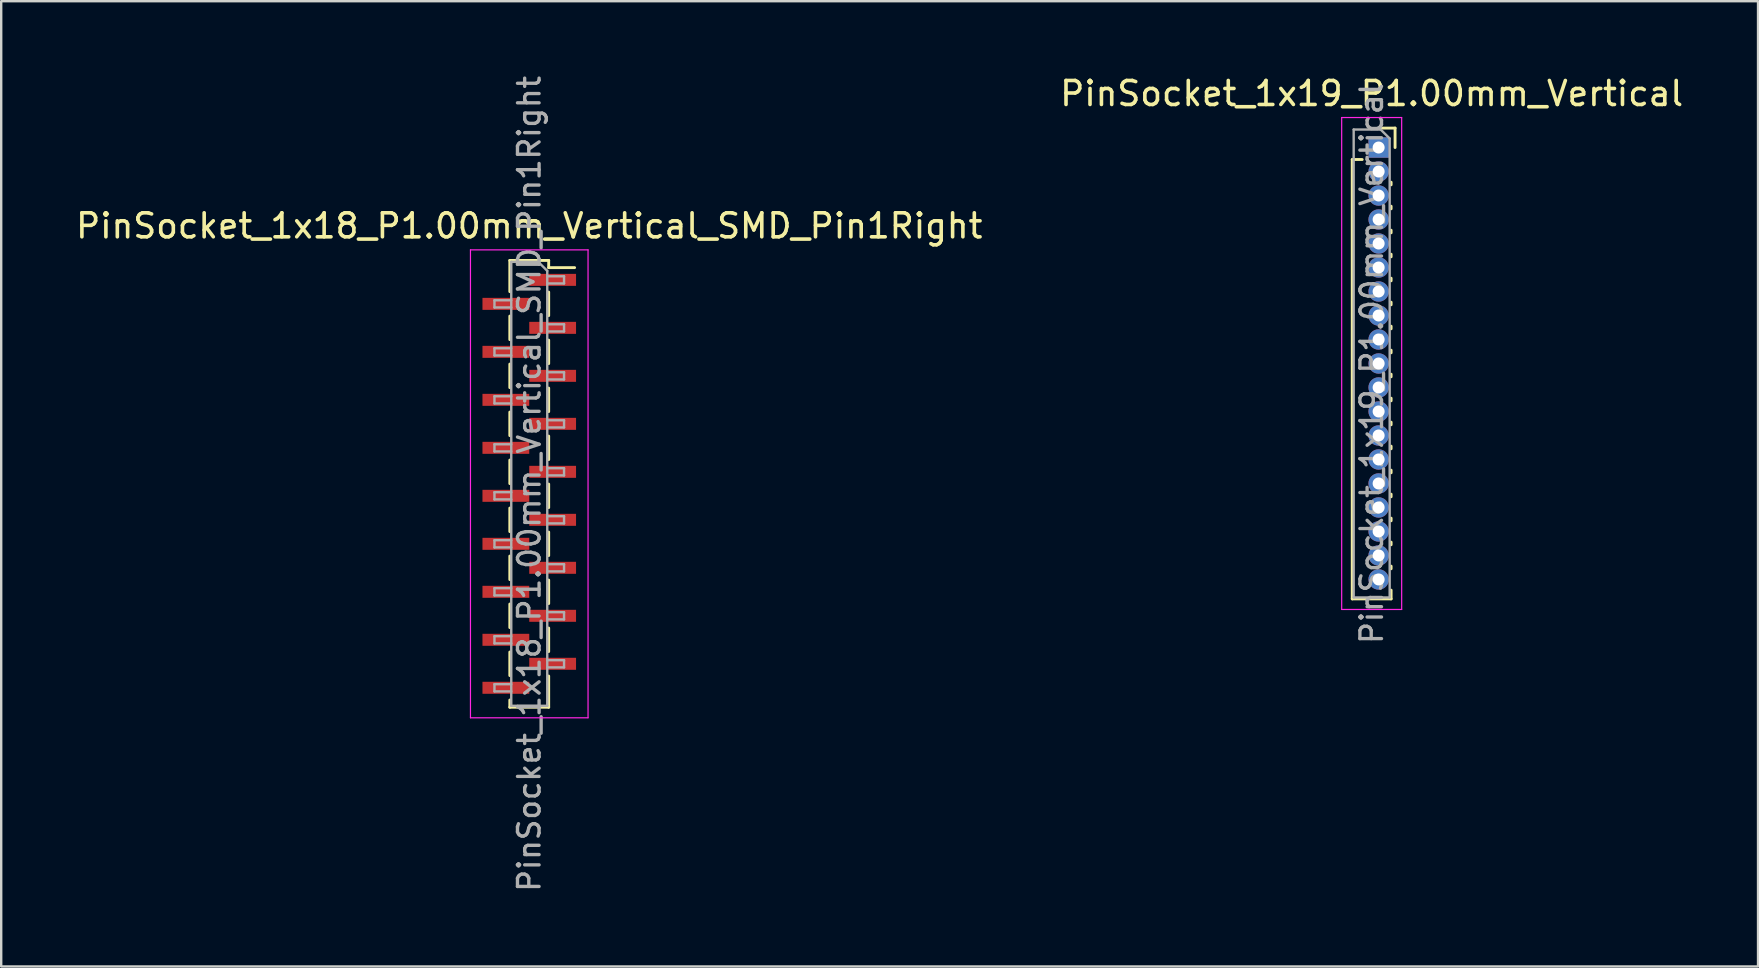
<source format=kicad_pcb>
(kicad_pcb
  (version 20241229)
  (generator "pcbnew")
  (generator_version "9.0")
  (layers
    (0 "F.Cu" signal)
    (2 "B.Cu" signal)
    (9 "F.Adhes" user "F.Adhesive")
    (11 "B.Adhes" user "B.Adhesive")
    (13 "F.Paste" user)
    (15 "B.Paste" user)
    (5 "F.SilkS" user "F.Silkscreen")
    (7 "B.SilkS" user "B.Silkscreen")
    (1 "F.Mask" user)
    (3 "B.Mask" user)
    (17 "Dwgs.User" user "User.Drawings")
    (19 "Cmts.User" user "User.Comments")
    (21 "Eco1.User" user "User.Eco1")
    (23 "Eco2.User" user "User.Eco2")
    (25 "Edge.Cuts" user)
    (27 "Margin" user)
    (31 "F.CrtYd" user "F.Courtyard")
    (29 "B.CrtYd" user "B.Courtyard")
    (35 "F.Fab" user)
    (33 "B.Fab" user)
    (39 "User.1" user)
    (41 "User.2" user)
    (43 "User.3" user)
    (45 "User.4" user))
  (footprint "PinSocket_1x19_P1.00mm_Vertical"
    (layer "F.Cu")
    (at 54.403 3.098)
    (property "Reference" "PinSocket_1x19_P1.00mm_Vertical" (at -0.29 -2.25 0) (layer "F.SilkS") (effects (font (size 1 1) (thickness 0.15))))
    (attr through_hole)
    (fp_line (start -1.1 0.5) (end -1.1 18.81) (stroke (width 0.12) (type solid)) (layer "F.SilkS"))
    (fp_line (start -1.1 0.5) (end -0.685 0.5) (stroke (width 0.12) (type solid)) (layer "F.SilkS"))
    (fp_line (start -1.1 18.81) (end 0.52 18.81) (stroke (width 0.12) (type solid)) (layer "F.SilkS"))
    (fp_line (start 0 -0.81) (end 0.685 -0.81) (stroke (width 0.12) (type solid)) (layer "F.SilkS"))
    (fp_line (start 0.52 1.446) (end 0.52 1.554) (stroke (width 0.12) (type solid)) (layer "F.SilkS"))
    (fp_line (start 0.52 2.446) (end 0.52 2.554) (stroke (width 0.12) (type solid)) (layer "F.SilkS"))
    (fp_line (start 0.52 3.446) (end 0.52 3.554) (stroke (width 0.12) (type solid)) (layer "F.SilkS"))
    (fp_line (start 0.52 4.446) (end 0.52 4.554) (stroke (width 0.12) (type solid)) (layer "F.SilkS"))
    (fp_line (start 0.52 5.446) (end 0.52 5.554) (stroke (width 0.12) (type solid)) (layer "F.SilkS"))
    (fp_line (start 0.52 6.446) (end 0.52 6.554) (stroke (width 0.12) (type solid)) (layer "F.SilkS"))
    (fp_line (start 0.52 7.446) (end 0.52 7.554) (stroke (width 0.12) (type solid)) (layer "F.SilkS"))
    (fp_line (start 0.52 8.446) (end 0.52 8.554) (stroke (width 0.12) (type solid)) (layer "F.SilkS"))
    (fp_line (start 0.52 9.446) (end 0.52 9.554) (stroke (width 0.12) (type solid)) (layer "F.SilkS"))
    (fp_line (start 0.52 10.446) (end 0.52 10.554) (stroke (width 0.12) (type solid)) (layer "F.SilkS"))
    (fp_line (start 0.52 11.446) (end 0.52 11.554) (stroke (width 0.12) (type solid)) (layer "F.SilkS"))
    (fp_line (start 0.52 12.446) (end 0.52 12.554) (stroke (width 0.12) (type solid)) (layer "F.SilkS"))
    (fp_line (start 0.52 13.446) (end 0.52 13.554) (stroke (width 0.12) (type solid)) (layer "F.SilkS"))
    (fp_line (start 0.52 14.446) (end 0.52 14.554) (stroke (width 0.12) (type solid)) (layer "F.SilkS"))
    (fp_line (start 0.52 15.446) (end 0.52 15.554) (stroke (width 0.12) (type solid)) (layer "F.SilkS"))
    (fp_line (start 0.52 16.446) (end 0.52 16.554) (stroke (width 0.12) (type solid)) (layer "F.SilkS"))
    (fp_line (start 0.52 17.446) (end 0.52 17.554) (stroke (width 0.12) (type solid)) (layer "F.SilkS"))
    (fp_line (start 0.52 18.446) (end 0.52 18.81) (stroke (width 0.12) (type solid)) (layer "F.SilkS"))
    (fp_line (start 0.685 -0.81) (end 0.685 0) (stroke (width 0.12) (type solid)) (layer "F.SilkS"))
    (fp_line (start -1.54 -1.25) (end 0.96 -1.25) (stroke (width 0.05) (type solid)) (layer "F.CrtYd"))
    (fp_line (start -1.54 19.25) (end -1.54 -1.25) (stroke (width 0.05) (type solid)) (layer "F.CrtYd"))
    (fp_line (start 0.96 -1.25) (end 0.96 19.25) (stroke (width 0.05) (type solid)) (layer "F.CrtYd"))
    (fp_line (start 0.96 19.25) (end -1.54 19.25) (stroke (width 0.05) (type solid)) (layer "F.CrtYd"))
    (fp_line (start -1.04 -0.75) (end 0.085 -0.75) (stroke (width 0.1) (type solid)) (layer "F.Fab"))
    (fp_line (start -1.04 18.75) (end -1.04 -0.75) (stroke (width 0.1) (type solid)) (layer "F.Fab"))
    (fp_line (start 0.085 -0.75) (end 0.46 -0.375) (stroke (width 0.1) (type solid)) (layer "F.Fab"))
    (fp_line (start 0.46 -0.375) (end 0.46 18.75) (stroke (width 0.1) (type solid)) (layer "F.Fab"))
    (fp_line (start 0.46 18.75) (end -1.04 18.75) (stroke (width 0.1) (type solid)) (layer "F.Fab"))
    (fp_text user "${REFERENCE}" (at -0.29 9 90) (layer "F.Fab") (effects (font (size 0.9 0.9) (thickness 0.14))))
    (pad "1" thru_hole rect (at 0 0) (size 0.85 0.85) (drill 0.5) (layers "*.Cu" "*.Mask"))
    (pad "2" thru_hole oval (at 0 1) (size 0.85 0.85) (drill 0.5) (layers "*.Cu" "*.Mask"))
    (pad "3" thru_hole oval (at 0 2) (size 0.85 0.85) (drill 0.5) (layers "*.Cu" "*.Mask"))
    (pad "4" thru_hole oval (at 0 3) (size 0.85 0.85) (drill 0.5) (layers "*.Cu" "*.Mask"))
    (pad "5" thru_hole oval (at 0 4) (size 0.85 0.85) (drill 0.5) (layers "*.Cu" "*.Mask"))
    (pad "6" thru_hole oval (at 0 5) (size 0.85 0.85) (drill 0.5) (layers "*.Cu" "*.Mask"))
    (pad "7" thru_hole oval (at 0 6) (size 0.85 0.85) (drill 0.5) (layers "*.Cu" "*.Mask"))
    (pad "8" thru_hole oval (at 0 7) (size 0.85 0.85) (drill 0.5) (layers "*.Cu" "*.Mask"))
    (pad "9" thru_hole oval (at 0 8) (size 0.85 0.85) (drill 0.5) (layers "*.Cu" "*.Mask"))
    (pad "10" thru_hole oval (at 0 9) (size 0.85 0.85) (drill 0.5) (layers "*.Cu" "*.Mask"))
    (pad "11" thru_hole oval (at 0 10) (size 0.85 0.85) (drill 0.5) (layers "*.Cu" "*.Mask"))
    (pad "12" thru_hole oval (at 0 11) (size 0.85 0.85) (drill 0.5) (layers "*.Cu" "*.Mask"))
    (pad "13" thru_hole oval (at 0 12) (size 0.85 0.85) (drill 0.5) (layers "*.Cu" "*.Mask"))
    (pad "14" thru_hole oval (at 0 13) (size 0.85 0.85) (drill 0.5) (layers "*.Cu" "*.Mask"))
    (pad "15" thru_hole oval (at 0 14) (size 0.85 0.85) (drill 0.5) (layers "*.Cu" "*.Mask"))
    (pad "16" thru_hole oval (at 0 15) (size 0.85 0.85) (drill 0.5) (layers "*.Cu" "*.Mask"))
    (pad "17" thru_hole oval (at 0 16) (size 0.85 0.85) (drill 0.5) (layers "*.Cu" "*.Mask"))
    (pad "18" thru_hole oval (at 0 17) (size 0.85 0.85) (drill 0.5) (layers "*.Cu" "*.Mask"))
    (pad "19" thru_hole oval (at 0 18) (size 0.85 0.85) (drill 0.5) (layers "*.Cu" "*.Mask")))
  (footprint "PinSocket_1x18_P1.00mm_Vertical_SMD_Pin1Right"
    (layer "F.Cu")
    (at 19.006 17.113)
    (property "Reference" "PinSocket_1x18_P1.00mm_Vertical_SMD_Pin1Right" (at 0 -10.75 0) (layer "F.SilkS") (effects (font (size 1 1) (thickness 0.15))))
    (attr smd)
    (fp_line (start -0.81 -9.31) (end -0.81 -8.01) (stroke (width 0.12) (type solid)) (layer "F.SilkS"))
    (fp_line (start -0.81 -9.31) (end 0.81 -9.31) (stroke (width 0.12) (type solid)) (layer "F.SilkS"))
    (fp_line (start -0.81 -6.99) (end -0.81 -6.01) (stroke (width 0.12) (type solid)) (layer "F.SilkS"))
    (fp_line (start -0.81 -4.99) (end -0.81 -4.01) (stroke (width 0.12) (type solid)) (layer "F.SilkS"))
    (fp_line (start -0.81 -2.99) (end -0.81 -2.01) (stroke (width 0.12) (type solid)) (layer "F.SilkS"))
    (fp_line (start -0.81 -0.99) (end -0.81 -0.01) (stroke (width 0.12) (type solid)) (layer "F.SilkS"))
    (fp_line (start -0.81 1.01) (end -0.81 1.99) (stroke (width 0.12) (type solid)) (layer "F.SilkS"))
    (fp_line (start -0.81 3.01) (end -0.81 3.99) (stroke (width 0.12) (type solid)) (layer "F.SilkS"))
    (fp_line (start -0.81 5.01) (end -0.81 5.99) (stroke (width 0.12) (type solid)) (layer "F.SilkS"))
    (fp_line (start -0.81 7.01) (end -0.81 7.99) (stroke (width 0.12) (type solid)) (layer "F.SilkS"))
    (fp_line (start -0.81 9.01) (end -0.81 9.31) (stroke (width 0.12) (type solid)) (layer "F.SilkS"))
    (fp_line (start -0.81 9.31) (end 0.81 9.31) (stroke (width 0.12) (type solid)) (layer "F.SilkS"))
    (fp_line (start 0.81 -9.31) (end 0.81 -9.01) (stroke (width 0.12) (type solid)) (layer "F.SilkS"))
    (fp_line (start 0.81 -9.01) (end 1.89 -9.01) (stroke (width 0.12) (type solid)) (layer "F.SilkS"))
    (fp_line (start 0.81 -7.99) (end 0.81 -7.01) (stroke (width 0.12) (type solid)) (layer "F.SilkS"))
    (fp_line (start 0.81 -5.99) (end 0.81 -5.01) (stroke (width 0.12) (type solid)) (layer "F.SilkS"))
    (fp_line (start 0.81 -3.99) (end 0.81 -3.01) (stroke (width 0.12) (type solid)) (layer "F.SilkS"))
    (fp_line (start 0.81 -1.99) (end 0.81 -1.01) (stroke (width 0.12) (type solid)) (layer "F.SilkS"))
    (fp_line (start 0.81 0.01) (end 0.81 0.99) (stroke (width 0.12) (type solid)) (layer "F.SilkS"))
    (fp_line (start 0.81 2.01) (end 0.81 2.99) (stroke (width 0.12) (type solid)) (layer "F.SilkS"))
    (fp_line (start 0.81 4.01) (end 0.81 4.99) (stroke (width 0.12) (type solid)) (layer "F.SilkS"))
    (fp_line (start 0.81 6.01) (end 0.81 6.99) (stroke (width 0.12) (type solid)) (layer "F.SilkS"))
    (fp_line (start 0.81 8.01) (end 0.81 9.31) (stroke (width 0.12) (type solid)) (layer "F.SilkS"))
    (fp_line (start -2.45 -9.75) (end 2.45 -9.75) (stroke (width 0.05) (type solid)) (layer "F.CrtYd"))
    (fp_line (start -2.45 9.75) (end -2.45 -9.75) (stroke (width 0.05) (type solid)) (layer "F.CrtYd"))
    (fp_line (start 2.45 -9.75) (end 2.45 9.75) (stroke (width 0.05) (type solid)) (layer "F.CrtYd"))
    (fp_line (start 2.45 9.75) (end -2.45 9.75) (stroke (width 0.05) (type solid)) (layer "F.CrtYd"))
    (fp_line (start -1.45 -7.65) (end -0.75 -7.65) (stroke (width 0.1) (type solid)) (layer "F.Fab"))
    (fp_line (start -1.45 -7.35) (end -1.45 -7.65) (stroke (width 0.1) (type solid)) (layer "F.Fab"))
    (fp_line (start -1.45 -5.65) (end -0.75 -5.65) (stroke (width 0.1) (type solid)) (layer "F.Fab"))
    (fp_line (start -1.45 -5.35) (end -1.45 -5.65) (stroke (width 0.1) (type solid)) (layer "F.Fab"))
    (fp_line (start -1.45 -3.65) (end -0.75 -3.65) (stroke (width 0.1) (type solid)) (layer "F.Fab"))
    (fp_line (start -1.45 -3.35) (end -1.45 -3.65) (stroke (width 0.1) (type solid)) (layer "F.Fab"))
    (fp_line (start -1.45 -1.65) (end -0.75 -1.65) (stroke (width 0.1) (type solid)) (layer "F.Fab"))
    (fp_line (start -1.45 -1.35) (end -1.45 -1.65) (stroke (width 0.1) (type solid)) (layer "F.Fab"))
    (fp_line (start -1.45 0.35) (end -0.75 0.35) (stroke (width 0.1) (type solid)) (layer "F.Fab"))
    (fp_line (start -1.45 0.65) (end -1.45 0.35) (stroke (width 0.1) (type solid)) (layer "F.Fab"))
    (fp_line (start -1.45 2.35) (end -0.75 2.35) (stroke (width 0.1) (type solid)) (layer "F.Fab"))
    (fp_line (start -1.45 2.65) (end -1.45 2.35) (stroke (width 0.1) (type solid)) (layer "F.Fab"))
    (fp_line (start -1.45 4.35) (end -0.75 4.35) (stroke (width 0.1) (type solid)) (layer "F.Fab"))
    (fp_line (start -1.45 4.65) (end -1.45 4.35) (stroke (width 0.1) (type solid)) (layer "F.Fab"))
    (fp_line (start -1.45 6.35) (end -0.75 6.35) (stroke (width 0.1) (type solid)) (layer "F.Fab"))
    (fp_line (start -1.45 6.65) (end -1.45 6.35) (stroke (width 0.1) (type solid)) (layer "F.Fab"))
    (fp_line (start -1.45 8.35) (end -0.75 8.35) (stroke (width 0.1) (type solid)) (layer "F.Fab"))
    (fp_line (start -1.45 8.65) (end -1.45 8.35) (stroke (width 0.1) (type solid)) (layer "F.Fab"))
    (fp_line (start -0.75 -9.25) (end 0.375 -9.25) (stroke (width 0.1) (type solid)) (layer "F.Fab"))
    (fp_line (start -0.75 -7.35) (end -1.45 -7.35) (stroke (width 0.1) (type solid)) (layer "F.Fab"))
    (fp_line (start -0.75 -5.35) (end -1.45 -5.35) (stroke (width 0.1) (type solid)) (layer "F.Fab"))
    (fp_line (start -0.75 -3.35) (end -1.45 -3.35) (stroke (width 0.1) (type solid)) (layer "F.Fab"))
    (fp_line (start -0.75 -1.35) (end -1.45 -1.35) (stroke (width 0.1) (type solid)) (layer "F.Fab"))
    (fp_line (start -0.75 0.65) (end -1.45 0.65) (stroke (width 0.1) (type solid)) (layer "F.Fab"))
    (fp_line (start -0.75 2.65) (end -1.45 2.65) (stroke (width 0.1) (type solid)) (layer "F.Fab"))
    (fp_line (start -0.75 4.65) (end -1.45 4.65) (stroke (width 0.1) (type solid)) (layer "F.Fab"))
    (fp_line (start -0.75 6.65) (end -1.45 6.65) (stroke (width 0.1) (type solid)) (layer "F.Fab"))
    (fp_line (start -0.75 8.65) (end -1.45 8.65) (stroke (width 0.1) (type solid)) (layer "F.Fab"))
    (fp_line (start -0.75 9.25) (end -0.75 -9.25) (stroke (width 0.1) (type solid)) (layer "F.Fab"))
    (fp_line (start 0.375 -9.25) (end 0.75 -8.875) (stroke (width 0.1) (type solid)) (layer "F.Fab"))
    (fp_line (start 0.75 -8.875) (end 0.75 9.25) (stroke (width 0.1) (type solid)) (layer "F.Fab"))
    (fp_line (start 0.75 -8.65) (end 1.45 -8.65) (stroke (width 0.1) (type solid)) (layer "F.Fab"))
    (fp_line (start 0.75 -6.65) (end 1.45 -6.65) (stroke (width 0.1) (type solid)) (layer "F.Fab"))
    (fp_line (start 0.75 -4.65) (end 1.45 -4.65) (stroke (width 0.1) (type solid)) (layer "F.Fab"))
    (fp_line (start 0.75 -2.65) (end 1.45 -2.65) (stroke (width 0.1) (type solid)) (layer "F.Fab"))
    (fp_line (start 0.75 -0.65) (end 1.45 -0.65) (stroke (width 0.1) (type solid)) (layer "F.Fab"))
    (fp_line (start 0.75 1.35) (end 1.45 1.35) (stroke (width 0.1) (type solid)) (layer "F.Fab"))
    (fp_line (start 0.75 3.35) (end 1.45 3.35) (stroke (width 0.1) (type solid)) (layer "F.Fab"))
    (fp_line (start 0.75 5.35) (end 1.45 5.35) (stroke (width 0.1) (type solid)) (layer "F.Fab"))
    (fp_line (start 0.75 7.35) (end 1.45 7.35) (stroke (width 0.1) (type solid)) (layer "F.Fab"))
    (fp_line (start 0.75 9.25) (end -0.75 9.25) (stroke (width 0.1) (type solid)) (layer "F.Fab"))
    (fp_line (start 1.45 -8.65) (end 1.45 -8.35) (stroke (width 0.1) (type solid)) (layer "F.Fab"))
    (fp_line (start 1.45 -8.35) (end 0.75 -8.35) (stroke (width 0.1) (type solid)) (layer "F.Fab"))
    (fp_line (start 1.45 -6.65) (end 1.45 -6.35) (stroke (width 0.1) (type solid)) (layer "F.Fab"))
    (fp_line (start 1.45 -6.35) (end 0.75 -6.35) (stroke (width 0.1) (type solid)) (layer "F.Fab"))
    (fp_line (start 1.45 -4.65) (end 1.45 -4.35) (stroke (width 0.1) (type solid)) (layer "F.Fab"))
    (fp_line (start 1.45 -4.35) (end 0.75 -4.35) (stroke (width 0.1) (type solid)) (layer "F.Fab"))
    (fp_line (start 1.45 -2.65) (end 1.45 -2.35) (stroke (width 0.1) (type solid)) (layer "F.Fab"))
    (fp_line (start 1.45 -2.35) (end 0.75 -2.35) (stroke (width 0.1) (type solid)) (layer "F.Fab"))
    (fp_line (start 1.45 -0.65) (end 1.45 -0.35) (stroke (width 0.1) (type solid)) (layer "F.Fab"))
    (fp_line (start 1.45 -0.35) (end 0.75 -0.35) (stroke (width 0.1) (type solid)) (layer "F.Fab"))
    (fp_line (start 1.45 1.35) (end 1.45 1.65) (stroke (width 0.1) (type solid)) (layer "F.Fab"))
    (fp_line (start 1.45 1.65) (end 0.75 1.65) (stroke (width 0.1) (type solid)) (layer "F.Fab"))
    (fp_line (start 1.45 3.35) (end 1.45 3.65) (stroke (width 0.1) (type solid)) (layer "F.Fab"))
    (fp_line (start 1.45 3.65) (end 0.75 3.65) (stroke (width 0.1) (type solid)) (layer "F.Fab"))
    (fp_line (start 1.45 5.35) (end 1.45 5.65) (stroke (width 0.1) (type solid)) (layer "F.Fab"))
    (fp_line (start 1.45 5.65) (end 0.75 5.65) (stroke (width 0.1) (type solid)) (layer "F.Fab"))
    (fp_line (start 1.45 7.35) (end 1.45 7.65) (stroke (width 0.1) (type solid)) (layer "F.Fab"))
    (fp_line (start 1.45 7.65) (end 0.75 7.65) (stroke (width 0.1) (type solid)) (layer "F.Fab"))
    (fp_text user "${REFERENCE}" (at 0 0 90) (layer "F.Fab") (effects (font (size 0.9 0.9) (thickness 0.14))))
    (pad "1" smd rect (at 0.975 -8.5) (size 1.95 0.5) (layers "F.Cu" "F.Mask" "F.Paste"))
    (pad "2" smd rect (at -0.975 -7.5) (size 1.95 0.5) (layers "F.Cu" "F.Mask" "F.Paste"))
    (pad "3" smd rect (at 0.975 -6.5) (size 1.95 0.5) (layers "F.Cu" "F.Mask" "F.Paste"))
    (pad "4" smd rect (at -0.975 -5.5) (size 1.95 0.5) (layers "F.Cu" "F.Mask" "F.Paste"))
    (pad "5" smd rect (at 0.975 -4.5) (size 1.95 0.5) (layers "F.Cu" "F.Mask" "F.Paste"))
    (pad "6" smd rect (at -0.975 -3.5) (size 1.95 0.5) (layers "F.Cu" "F.Mask" "F.Paste"))
    (pad "7" smd rect (at 0.975 -2.5) (size 1.95 0.5) (layers "F.Cu" "F.Mask" "F.Paste"))
    (pad "8" smd rect (at -0.975 -1.5) (size 1.95 0.5) (layers "F.Cu" "F.Mask" "F.Paste"))
    (pad "9" smd rect (at 0.975 -0.5) (size 1.95 0.5) (layers "F.Cu" "F.Mask" "F.Paste"))
    (pad "10" smd rect (at -0.975 0.5) (size 1.95 0.5) (layers "F.Cu" "F.Mask" "F.Paste"))
    (pad "11" smd rect (at 0.975 1.5) (size 1.95 0.5) (layers "F.Cu" "F.Mask" "F.Paste"))
    (pad "12" smd rect (at -0.975 2.5) (size 1.95 0.5) (layers "F.Cu" "F.Mask" "F.Paste"))
    (pad "13" smd rect (at 0.975 3.5) (size 1.95 0.5) (layers "F.Cu" "F.Mask" "F.Paste"))
    (pad "14" smd rect (at -0.975 4.5) (size 1.95 0.5) (layers "F.Cu" "F.Mask" "F.Paste"))
    (pad "15" smd rect (at 0.975 5.5) (size 1.95 0.5) (layers "F.Cu" "F.Mask" "F.Paste"))
    (pad "16" smd rect (at -0.975 6.5) (size 1.95 0.5) (layers "F.Cu" "F.Mask" "F.Paste"))
    (pad "17" smd rect (at 0.975 7.5) (size 1.95 0.5) (layers "F.Cu" "F.Mask" "F.Paste"))
    (pad "18" smd rect (at -0.975 8.5) (size 1.95 0.5) (layers "F.Cu" "F.Mask" "F.Paste")))
  (gr_rect
    (start -3 -3)
    (end 70.214 37.226)
    (stroke (width 0.1) (type default))
    (fill no)
    (layer "Edge.Cuts")))
</source>
